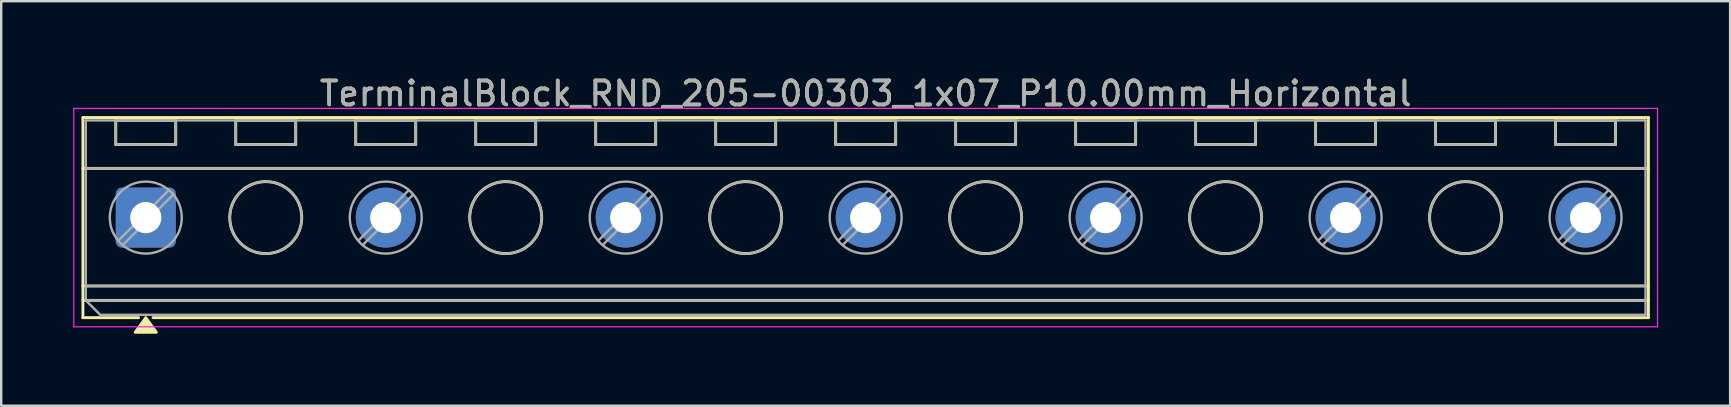
<source format=kicad_pcb>
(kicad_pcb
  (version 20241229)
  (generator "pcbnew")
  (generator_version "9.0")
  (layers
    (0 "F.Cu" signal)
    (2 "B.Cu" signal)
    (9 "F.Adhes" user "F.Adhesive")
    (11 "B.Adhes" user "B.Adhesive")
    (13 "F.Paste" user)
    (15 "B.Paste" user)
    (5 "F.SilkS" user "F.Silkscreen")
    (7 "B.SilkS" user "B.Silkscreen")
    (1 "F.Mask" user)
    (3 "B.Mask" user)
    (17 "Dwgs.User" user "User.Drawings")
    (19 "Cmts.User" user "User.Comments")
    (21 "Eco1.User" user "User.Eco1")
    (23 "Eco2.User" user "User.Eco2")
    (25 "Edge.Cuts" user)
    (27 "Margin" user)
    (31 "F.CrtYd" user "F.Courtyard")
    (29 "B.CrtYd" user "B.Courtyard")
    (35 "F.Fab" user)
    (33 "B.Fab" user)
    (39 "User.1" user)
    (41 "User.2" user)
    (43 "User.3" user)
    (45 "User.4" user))
  (footprint "TerminalBlock_RND_205-00303_1x07_P10.00mm_Horizontal"
    (layer "F.Cu")
    (at 3.025 6.018)
    (property "Reference" "TerminalBlock_RND_205-00303_1x07_P10.00mm_Horizontal" (at 30 -5.17 0) (layer "F.SilkS") (effects (font (size 1 1) (thickness 0.15))))
    (attr through_hole)
    (fp_line (start -2.62 -4.17) (end -2.62 4.17) (stroke (width 0.12) (type solid)) (layer "F.SilkS"))
    (fp_line (start -2.62 -4.17) (end 62.62 -4.17) (stroke (width 0.12) (type solid)) (layer "F.SilkS"))
    (fp_line (start -2.62 -2.05) (end 62.62 -2.05) (stroke (width 0.12) (type solid)) (layer "F.SilkS"))
    (fp_line (start -2.62 2.85) (end 62.62 2.85) (stroke (width 0.12) (type solid)) (layer "F.SilkS"))
    (fp_line (start -2.62 3.45) (end 62.62 3.45) (stroke (width 0.12) (type solid)) (layer "F.SilkS"))
    (fp_line (start -2.62 4.17) (end -0.3 4.17) (stroke (width 0.12) (type solid)) (layer "F.SilkS"))
    (fp_line (start -1.25 -4.05) (end -1.25 -3.05) (stroke (width 0.12) (type solid)) (layer "F.SilkS"))
    (fp_line (start -1.25 -4.05) (end 1.25 -4.05) (stroke (width 0.12) (type solid)) (layer "F.SilkS"))
    (fp_line (start -1.25 -3.05) (end 1.25 -3.05) (stroke (width 0.12) (type solid)) (layer "F.SilkS"))
    (fp_line (start 0.3 4.17) (end 62.62 4.17) (stroke (width 0.12) (type solid)) (layer "F.SilkS"))
    (fp_line (start 1.25 -4.05) (end 1.25 -3.05) (stroke (width 0.12) (type solid)) (layer "F.SilkS"))
    (fp_line (start 3.75 -4.05) (end 3.75 -3.05) (stroke (width 0.12) (type solid)) (layer "F.SilkS"))
    (fp_line (start 3.75 -4.05) (end 6.25 -4.05) (stroke (width 0.12) (type solid)) (layer "F.SilkS"))
    (fp_line (start 3.75 -3.05) (end 6.25 -3.05) (stroke (width 0.12) (type solid)) (layer "F.SilkS"))
    (fp_line (start 6.25 -4.05) (end 6.25 -3.05) (stroke (width 0.12) (type solid)) (layer "F.SilkS"))
    (fp_line (start 8.75 -4.05) (end 8.75 -3.05) (stroke (width 0.12) (type solid)) (layer "F.SilkS"))
    (fp_line (start 8.75 -4.05) (end 11.25 -4.05) (stroke (width 0.12) (type solid)) (layer "F.SilkS"))
    (fp_line (start 8.75 -3.05) (end 11.25 -3.05) (stroke (width 0.12) (type solid)) (layer "F.SilkS"))
    (fp_line (start 11.25 -4.05) (end 11.25 -3.05) (stroke (width 0.12) (type solid)) (layer "F.SilkS"))
    (fp_line (start 13.75 -4.05) (end 13.75 -3.05) (stroke (width 0.12) (type solid)) (layer "F.SilkS"))
    (fp_line (start 13.75 -4.05) (end 16.25 -4.05) (stroke (width 0.12) (type solid)) (layer "F.SilkS"))
    (fp_line (start 13.75 -3.05) (end 16.25 -3.05) (stroke (width 0.12) (type solid)) (layer "F.SilkS"))
    (fp_line (start 16.25 -4.05) (end 16.25 -3.05) (stroke (width 0.12) (type solid)) (layer "F.SilkS"))
    (fp_line (start 18.75 -4.05) (end 18.75 -3.05) (stroke (width 0.12) (type solid)) (layer "F.SilkS"))
    (fp_line (start 18.75 -4.05) (end 21.25 -4.05) (stroke (width 0.12) (type solid)) (layer "F.SilkS"))
    (fp_line (start 18.75 -3.05) (end 21.25 -3.05) (stroke (width 0.12) (type solid)) (layer "F.SilkS"))
    (fp_line (start 21.25 -4.05) (end 21.25 -3.05) (stroke (width 0.12) (type solid)) (layer "F.SilkS"))
    (fp_line (start 23.75 -4.05) (end 23.75 -3.05) (stroke (width 0.12) (type solid)) (layer "F.SilkS"))
    (fp_line (start 23.75 -4.05) (end 26.25 -4.05) (stroke (width 0.12) (type solid)) (layer "F.SilkS"))
    (fp_line (start 23.75 -3.05) (end 26.25 -3.05) (stroke (width 0.12) (type solid)) (layer "F.SilkS"))
    (fp_line (start 26.25 -4.05) (end 26.25 -3.05) (stroke (width 0.12) (type solid)) (layer "F.SilkS"))
    (fp_line (start 28.75 -4.05) (end 28.75 -3.05) (stroke (width 0.12) (type solid)) (layer "F.SilkS"))
    (fp_line (start 28.75 -4.05) (end 31.25 -4.05) (stroke (width 0.12) (type solid)) (layer "F.SilkS"))
    (fp_line (start 28.75 -3.05) (end 31.25 -3.05) (stroke (width 0.12) (type solid)) (layer "F.SilkS"))
    (fp_line (start 31.25 -4.05) (end 31.25 -3.05) (stroke (width 0.12) (type solid)) (layer "F.SilkS"))
    (fp_line (start 33.75 -4.05) (end 33.75 -3.05) (stroke (width 0.12) (type solid)) (layer "F.SilkS"))
    (fp_line (start 33.75 -4.05) (end 36.25 -4.05) (stroke (width 0.12) (type solid)) (layer "F.SilkS"))
    (fp_line (start 33.75 -3.05) (end 36.25 -3.05) (stroke (width 0.12) (type solid)) (layer "F.SilkS"))
    (fp_line (start 36.25 -4.05) (end 36.25 -3.05) (stroke (width 0.12) (type solid)) (layer "F.SilkS"))
    (fp_line (start 38.75 -4.05) (end 38.75 -3.05) (stroke (width 0.12) (type solid)) (layer "F.SilkS"))
    (fp_line (start 38.75 -4.05) (end 41.25 -4.05) (stroke (width 0.12) (type solid)) (layer "F.SilkS"))
    (fp_line (start 38.75 -3.05) (end 41.25 -3.05) (stroke (width 0.12) (type solid)) (layer "F.SilkS"))
    (fp_line (start 41.25 -4.05) (end 41.25 -3.05) (stroke (width 0.12) (type solid)) (layer "F.SilkS"))
    (fp_line (start 43.75 -4.05) (end 43.75 -3.05) (stroke (width 0.12) (type solid)) (layer "F.SilkS"))
    (fp_line (start 43.75 -4.05) (end 46.25 -4.05) (stroke (width 0.12) (type solid)) (layer "F.SilkS"))
    (fp_line (start 43.75 -3.05) (end 46.25 -3.05) (stroke (width 0.12) (type solid)) (layer "F.SilkS"))
    (fp_line (start 46.25 -4.05) (end 46.25 -3.05) (stroke (width 0.12) (type solid)) (layer "F.SilkS"))
    (fp_line (start 48.75 -4.05) (end 48.75 -3.05) (stroke (width 0.12) (type solid)) (layer "F.SilkS"))
    (fp_line (start 48.75 -4.05) (end 51.25 -4.05) (stroke (width 0.12) (type solid)) (layer "F.SilkS"))
    (fp_line (start 48.75 -3.05) (end 51.25 -3.05) (stroke (width 0.12) (type solid)) (layer "F.SilkS"))
    (fp_line (start 51.25 -4.05) (end 51.25 -3.05) (stroke (width 0.12) (type solid)) (layer "F.SilkS"))
    (fp_line (start 53.75 -4.05) (end 53.75 -3.05) (stroke (width 0.12) (type solid)) (layer "F.SilkS"))
    (fp_line (start 53.75 -4.05) (end 56.25 -4.05) (stroke (width 0.12) (type solid)) (layer "F.SilkS"))
    (fp_line (start 53.75 -3.05) (end 56.25 -3.05) (stroke (width 0.12) (type solid)) (layer "F.SilkS"))
    (fp_line (start 56.25 -4.05) (end 56.25 -3.05) (stroke (width 0.12) (type solid)) (layer "F.SilkS"))
    (fp_line (start 58.75 -4.05) (end 58.75 -3.05) (stroke (width 0.12) (type solid)) (layer "F.SilkS"))
    (fp_line (start 58.75 -4.05) (end 61.25 -4.05) (stroke (width 0.12) (type solid)) (layer "F.SilkS"))
    (fp_line (start 58.75 -3.05) (end 61.25 -3.05) (stroke (width 0.12) (type solid)) (layer "F.SilkS"))
    (fp_line (start 61.25 -4.05) (end 61.25 -3.05) (stroke (width 0.12) (type solid)) (layer "F.SilkS"))
    (fp_line (start 62.62 -4.17) (end 62.62 4.17) (stroke (width 0.12) (type solid)) (layer "F.SilkS"))
    (fp_circle (center 5 0) (end 6.5 0) (stroke (width 0.12) (type solid)) (fill no) (layer "F.SilkS"))
    (fp_circle (center 15 0) (end 16.5 0) (stroke (width 0.12) (type solid)) (fill no) (layer "F.SilkS"))
    (fp_circle (center 25 0) (end 26.5 0) (stroke (width 0.12) (type solid)) (fill no) (layer "F.SilkS"))
    (fp_circle (center 35 0) (end 36.5 0) (stroke (width 0.12) (type solid)) (fill no) (layer "F.SilkS"))
    (fp_circle (center 45 0) (end 46.5 0) (stroke (width 0.12) (type solid)) (fill no) (layer "F.SilkS"))
    (fp_circle (center 55 0) (end 56.5 0) (stroke (width 0.12) (type solid)) (fill no) (layer "F.SilkS"))
    (fp_poly (pts (xy 0 4.17) (xy 0.44 4.78) (xy -0.44 4.78)) (stroke (width 0.12) (type solid)) (fill yes) (layer "F.SilkS"))
    (fp_line (start -3 -4.55) (end -3 4.55) (stroke (width 0.05) (type solid)) (layer "F.CrtYd"))
    (fp_line (start -3 4.55) (end 63 4.55) (stroke (width 0.05) (type solid)) (layer "F.CrtYd"))
    (fp_line (start 63 -4.55) (end -3 -4.55) (stroke (width 0.05) (type solid)) (layer "F.CrtYd"))
    (fp_line (start 63 4.55) (end 63 -4.55) (stroke (width 0.05) (type solid)) (layer "F.CrtYd"))
    (fp_line (start -2.5 -4.05) (end 62.5 -4.05) (stroke (width 0.1) (type solid)) (layer "F.Fab"))
    (fp_line (start -2.5 -2.05) (end 62.5 -2.05) (stroke (width 0.1) (type solid)) (layer "F.Fab"))
    (fp_line (start -2.5 2.85) (end 62.5 2.85) (stroke (width 0.1) (type solid)) (layer "F.Fab"))
    (fp_line (start -2.5 3.45) (end -2.5 -4.05) (stroke (width 0.1) (type solid)) (layer "F.Fab"))
    (fp_line (start -2.5 3.45) (end 62.5 3.45) (stroke (width 0.1) (type solid)) (layer "F.Fab"))
    (fp_line (start -1.9 4.05) (end -2.5 3.45) (stroke (width 0.1) (type solid)) (layer "F.Fab"))
    (fp_line (start -1.25 -4.05) (end -1.25 -3.05) (stroke (width 0.1) (type solid)) (layer "F.Fab"))
    (fp_line (start -1.25 -3.05) (end 1.25 -3.05) (stroke (width 0.1) (type solid)) (layer "F.Fab"))
    (fp_line (start 0.955 -1.138) (end -1.138 0.955) (stroke (width 0.1) (type solid)) (layer "F.Fab"))
    (fp_line (start 1.138 -0.955) (end -0.955 1.138) (stroke (width 0.1) (type solid)) (layer "F.Fab"))
    (fp_line (start 1.25 -4.05) (end -1.25 -4.05) (stroke (width 0.1) (type solid)) (layer "F.Fab"))
    (fp_line (start 1.25 -3.05) (end 1.25 -4.05) (stroke (width 0.1) (type solid)) (layer "F.Fab"))
    (fp_line (start 3.75 -4.05) (end 3.75 -3.05) (stroke (width 0.1) (type solid)) (layer "F.Fab"))
    (fp_line (start 3.75 -3.05) (end 6.25 -3.05) (stroke (width 0.1) (type solid)) (layer "F.Fab"))
    (fp_line (start 6.25 -4.05) (end 3.75 -4.05) (stroke (width 0.1) (type solid)) (layer "F.Fab"))
    (fp_line (start 6.25 -3.05) (end 6.25 -4.05) (stroke (width 0.1) (type solid)) (layer "F.Fab"))
    (fp_line (start 8.75 -4.05) (end 8.75 -3.05) (stroke (width 0.1) (type solid)) (layer "F.Fab"))
    (fp_line (start 8.75 -3.05) (end 11.25 -3.05) (stroke (width 0.1) (type solid)) (layer "F.Fab"))
    (fp_line (start 10.955 -1.138) (end 8.862 0.955) (stroke (width 0.1) (type solid)) (layer "F.Fab"))
    (fp_line (start 11.138 -0.955) (end 9.045 1.138) (stroke (width 0.1) (type solid)) (layer "F.Fab"))
    (fp_line (start 11.25 -4.05) (end 8.75 -4.05) (stroke (width 0.1) (type solid)) (layer "F.Fab"))
    (fp_line (start 11.25 -3.05) (end 11.25 -4.05) (stroke (width 0.1) (type solid)) (layer "F.Fab"))
    (fp_line (start 13.75 -4.05) (end 13.75 -3.05) (stroke (width 0.1) (type solid)) (layer "F.Fab"))
    (fp_line (start 13.75 -3.05) (end 16.25 -3.05) (stroke (width 0.1) (type solid)) (layer "F.Fab"))
    (fp_line (start 16.25 -4.05) (end 13.75 -4.05) (stroke (width 0.1) (type solid)) (layer "F.Fab"))
    (fp_line (start 16.25 -3.05) (end 16.25 -4.05) (stroke (width 0.1) (type solid)) (layer "F.Fab"))
    (fp_line (start 18.75 -4.05) (end 18.75 -3.05) (stroke (width 0.1) (type solid)) (layer "F.Fab"))
    (fp_line (start 18.75 -3.05) (end 21.25 -3.05) (stroke (width 0.1) (type solid)) (layer "F.Fab"))
    (fp_line (start 20.955 -1.138) (end 18.862 0.955) (stroke (width 0.1) (type solid)) (layer "F.Fab"))
    (fp_line (start 21.138 -0.955) (end 19.045 1.138) (stroke (width 0.1) (type solid)) (layer "F.Fab"))
    (fp_line (start 21.25 -4.05) (end 18.75 -4.05) (stroke (width 0.1) (type solid)) (layer "F.Fab"))
    (fp_line (start 21.25 -3.05) (end 21.25 -4.05) (stroke (width 0.1) (type solid)) (layer "F.Fab"))
    (fp_line (start 23.75 -4.05) (end 23.75 -3.05) (stroke (width 0.1) (type solid)) (layer "F.Fab"))
    (fp_line (start 23.75 -3.05) (end 26.25 -3.05) (stroke (width 0.1) (type solid)) (layer "F.Fab"))
    (fp_line (start 26.25 -4.05) (end 23.75 -4.05) (stroke (width 0.1) (type solid)) (layer "F.Fab"))
    (fp_line (start 26.25 -3.05) (end 26.25 -4.05) (stroke (width 0.1) (type solid)) (layer "F.Fab"))
    (fp_line (start 28.75 -4.05) (end 28.75 -3.05) (stroke (width 0.1) (type solid)) (layer "F.Fab"))
    (fp_line (start 28.75 -3.05) (end 31.25 -3.05) (stroke (width 0.1) (type solid)) (layer "F.Fab"))
    (fp_line (start 30.955 -1.138) (end 28.862 0.955) (stroke (width 0.1) (type solid)) (layer "F.Fab"))
    (fp_line (start 31.138 -0.955) (end 29.045 1.138) (stroke (width 0.1) (type solid)) (layer "F.Fab"))
    (fp_line (start 31.25 -4.05) (end 28.75 -4.05) (stroke (width 0.1) (type solid)) (layer "F.Fab"))
    (fp_line (start 31.25 -3.05) (end 31.25 -4.05) (stroke (width 0.1) (type solid)) (layer "F.Fab"))
    (fp_line (start 33.75 -4.05) (end 33.75 -3.05) (stroke (width 0.1) (type solid)) (layer "F.Fab"))
    (fp_line (start 33.75 -3.05) (end 36.25 -3.05) (stroke (width 0.1) (type solid)) (layer "F.Fab"))
    (fp_line (start 36.25 -4.05) (end 33.75 -4.05) (stroke (width 0.1) (type solid)) (layer "F.Fab"))
    (fp_line (start 36.25 -3.05) (end 36.25 -4.05) (stroke (width 0.1) (type solid)) (layer "F.Fab"))
    (fp_line (start 38.75 -4.05) (end 38.75 -3.05) (stroke (width 0.1) (type solid)) (layer "F.Fab"))
    (fp_line (start 38.75 -3.05) (end 41.25 -3.05) (stroke (width 0.1) (type solid)) (layer "F.Fab"))
    (fp_line (start 40.955 -1.138) (end 38.862 0.955) (stroke (width 0.1) (type solid)) (layer "F.Fab"))
    (fp_line (start 41.138 -0.955) (end 39.045 1.138) (stroke (width 0.1) (type solid)) (layer "F.Fab"))
    (fp_line (start 41.25 -4.05) (end 38.75 -4.05) (stroke (width 0.1) (type solid)) (layer "F.Fab"))
    (fp_line (start 41.25 -3.05) (end 41.25 -4.05) (stroke (width 0.1) (type solid)) (layer "F.Fab"))
    (fp_line (start 43.75 -4.05) (end 43.75 -3.05) (stroke (width 0.1) (type solid)) (layer "F.Fab"))
    (fp_line (start 43.75 -3.05) (end 46.25 -3.05) (stroke (width 0.1) (type solid)) (layer "F.Fab"))
    (fp_line (start 46.25 -4.05) (end 43.75 -4.05) (stroke (width 0.1) (type solid)) (layer "F.Fab"))
    (fp_line (start 46.25 -3.05) (end 46.25 -4.05) (stroke (width 0.1) (type solid)) (layer "F.Fab"))
    (fp_line (start 48.75 -4.05) (end 48.75 -3.05) (stroke (width 0.1) (type solid)) (layer "F.Fab"))
    (fp_line (start 48.75 -3.05) (end 51.25 -3.05) (stroke (width 0.1) (type solid)) (layer "F.Fab"))
    (fp_line (start 50.955 -1.138) (end 48.862 0.955) (stroke (width 0.1) (type solid)) (layer "F.Fab"))
    (fp_line (start 51.138 -0.955) (end 49.045 1.138) (stroke (width 0.1) (type solid)) (layer "F.Fab"))
    (fp_line (start 51.25 -4.05) (end 48.75 -4.05) (stroke (width 0.1) (type solid)) (layer "F.Fab"))
    (fp_line (start 51.25 -3.05) (end 51.25 -4.05) (stroke (width 0.1) (type solid)) (layer "F.Fab"))
    (fp_line (start 53.75 -4.05) (end 53.75 -3.05) (stroke (width 0.1) (type solid)) (layer "F.Fab"))
    (fp_line (start 53.75 -3.05) (end 56.25 -3.05) (stroke (width 0.1) (type solid)) (layer "F.Fab"))
    (fp_line (start 56.25 -4.05) (end 53.75 -4.05) (stroke (width 0.1) (type solid)) (layer "F.Fab"))
    (fp_line (start 56.25 -3.05) (end 56.25 -4.05) (stroke (width 0.1) (type solid)) (layer "F.Fab"))
    (fp_line (start 58.75 -4.05) (end 58.75 -3.05) (stroke (width 0.1) (type solid)) (layer "F.Fab"))
    (fp_line (start 58.75 -3.05) (end 61.25 -3.05) (stroke (width 0.1) (type solid)) (layer "F.Fab"))
    (fp_line (start 60.955 -1.138) (end 58.862 0.955) (stroke (width 0.1) (type solid)) (layer "F.Fab"))
    (fp_line (start 61.138 -0.955) (end 59.045 1.138) (stroke (width 0.1) (type solid)) (layer "F.Fab"))
    (fp_line (start 61.25 -4.05) (end 58.75 -4.05) (stroke (width 0.1) (type solid)) (layer "F.Fab"))
    (fp_line (start 61.25 -3.05) (end 61.25 -4.05) (stroke (width 0.1) (type solid)) (layer "F.Fab"))
    (fp_line (start 62.5 -4.05) (end 62.5 4.05) (stroke (width 0.1) (type solid)) (layer "F.Fab"))
    (fp_line (start 62.5 4.05) (end -1.9 4.05) (stroke (width 0.1) (type solid)) (layer "F.Fab"))
    (fp_circle (center 0 0) (end 1.5 0) (stroke (width 0.1) (type solid)) (fill no) (layer "F.Fab"))
    (fp_circle (center 5 0) (end 6.5 0) (stroke (width 0.1) (type solid)) (fill no) (layer "F.Fab"))
    (fp_circle (center 10 0) (end 11.5 0) (stroke (width 0.1) (type solid)) (fill no) (layer "F.Fab"))
    (fp_circle (center 15 0) (end 16.5 0) (stroke (width 0.1) (type solid)) (fill no) (layer "F.Fab"))
    (fp_circle (center 20 0) (end 21.5 0) (stroke (width 0.1) (type solid)) (fill no) (layer "F.Fab"))
    (fp_circle (center 25 0) (end 26.5 0) (stroke (width 0.1) (type solid)) (fill no) (layer "F.Fab"))
    (fp_circle (center 30 0) (end 31.5 0) (stroke (width 0.1) (type solid)) (fill no) (layer "F.Fab"))
    (fp_circle (center 35 0) (end 36.5 0) (stroke (width 0.1) (type solid)) (fill no) (layer "F.Fab"))
    (fp_circle (center 40 0) (end 41.5 0) (stroke (width 0.1) (type solid)) (fill no) (layer "F.Fab"))
    (fp_circle (center 45 0) (end 46.5 0) (stroke (width 0.1) (type solid)) (fill no) (layer "F.Fab"))
    (fp_circle (center 50 0) (end 51.5 0) (stroke (width 0.1) (type solid)) (fill no) (layer "F.Fab"))
    (fp_circle (center 55 0) (end 56.5 0) (stroke (width 0.1) (type solid)) (fill no) (layer "F.Fab"))
    (fp_circle (center 60 0) (end 61.5 0) (stroke (width 0.1) (type solid)) (fill no) (layer "F.Fab"))
    (fp_text user "${REFERENCE}" (at 30 -5.17 0) (layer "F.Fab") (effects (font (size 1 1) (thickness 0.15))))
    (pad "1" thru_hole roundrect (at 0 0) (size 2.5 2.5) (drill 1.3) (layers "*.Cu" "*.Mask") (roundrect_rratio 0.1))
    (pad "2" thru_hole circle (at 10 0) (size 2.5 2.5) (drill 1.3) (layers "*.Cu" "*.Mask"))
    (pad "3" thru_hole circle (at 20 0) (size 2.5 2.5) (drill 1.3) (layers "*.Cu" "*.Mask"))
    (pad "4" thru_hole circle (at 30 0) (size 2.5 2.5) (drill 1.3) (layers "*.Cu" "*.Mask"))
    (pad "5" thru_hole circle (at 40 0) (size 2.5 2.5) (drill 1.3) (layers "*.Cu" "*.Mask"))
    (pad "6" thru_hole circle (at 50 0) (size 2.5 2.5) (drill 1.3) (layers "*.Cu" "*.Mask"))
    (pad "7" thru_hole circle (at 60 0) (size 2.5 2.5) (drill 1.3) (layers "*.Cu" "*.Mask")))
  (gr_rect
    (start -3 -3)
    (end 69.05 13.858)
    (stroke (width 0.1) (type default))
    (fill no)
    (layer "Edge.Cuts")))
</source>
